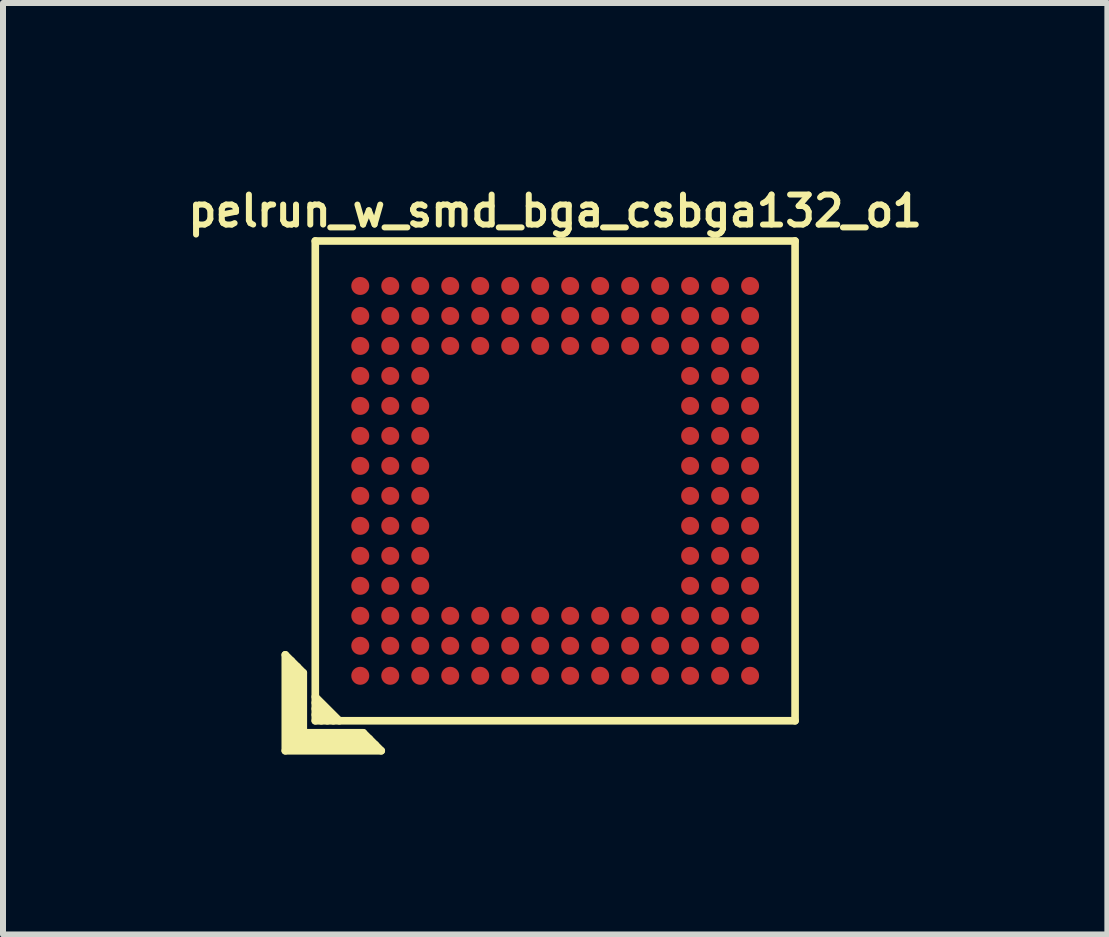
<source format=kicad_pcb>
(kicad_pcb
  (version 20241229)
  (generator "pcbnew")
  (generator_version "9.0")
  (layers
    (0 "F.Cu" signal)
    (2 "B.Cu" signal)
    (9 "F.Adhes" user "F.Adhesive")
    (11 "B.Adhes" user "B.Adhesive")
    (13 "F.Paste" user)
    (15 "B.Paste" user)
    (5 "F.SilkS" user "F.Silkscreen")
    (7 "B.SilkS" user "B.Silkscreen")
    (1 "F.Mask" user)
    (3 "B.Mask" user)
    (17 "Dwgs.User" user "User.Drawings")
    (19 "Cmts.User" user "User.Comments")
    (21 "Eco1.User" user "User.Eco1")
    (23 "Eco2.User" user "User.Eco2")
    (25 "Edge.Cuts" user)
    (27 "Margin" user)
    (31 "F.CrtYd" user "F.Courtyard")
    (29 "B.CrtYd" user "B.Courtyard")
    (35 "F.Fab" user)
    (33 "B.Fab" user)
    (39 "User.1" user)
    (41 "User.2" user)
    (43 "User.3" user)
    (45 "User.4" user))
  (footprint "pelrun_w_smd_bga_csbga132_o1"
    (layer "F.Cu")
    (at 6.207 4.968)
    (property "Reference" "pelrun_w_smd_bga_csbga132_o1" (at 0 -4.5 0) (layer "F.SilkS") (effects (font (size 0.5 0.5) (thickness 0.1))))
    (attr through_hole)
    (fp_line (start -4.5 2.9) (end -4.2 3.2) (stroke (width 0.127) (type solid)) (layer "F.SilkS"))
    (fp_line (start -4.5 4.5) (end -4.5 2.9) (stroke (width 0.127) (type solid)) (layer "F.SilkS"))
    (fp_line (start -4.4 4.4) (end -4.4 3) (stroke (width 0.127) (type solid)) (layer "F.SilkS"))
    (fp_line (start -4.3 3.1) (end -4.3 4.3) (stroke (width 0.127) (type solid)) (layer "F.SilkS"))
    (fp_line (start -4.3 4.3) (end -3.1 4.3) (stroke (width 0.127) (type solid)) (layer "F.SilkS"))
    (fp_line (start -4.2 3.2) (end -4.2 4.2) (stroke (width 0.127) (type solid)) (layer "F.SilkS"))
    (fp_line (start -4.2 4.2) (end -3.2 4.2) (stroke (width 0.127) (type solid)) (layer "F.SilkS"))
    (fp_line (start -4 -4) (end 4 -4) (stroke (width 0.127) (type solid)) (layer "F.SilkS"))
    (fp_line (start -4 3.6) (end -3.6 4) (stroke (width 0.127) (type solid)) (layer "F.SilkS"))
    (fp_line (start -4 3.7) (end -3.7 4) (stroke (width 0.127) (type solid)) (layer "F.SilkS"))
    (fp_line (start -4 4) (end -4 -4) (stroke (width 0.127) (type solid)) (layer "F.SilkS"))
    (fp_line (start -3.9 4) (end -4 3.9) (stroke (width 0.127) (type solid)) (layer "F.SilkS"))
    (fp_line (start -3.8 4) (end -4 3.8) (stroke (width 0.127) (type solid)) (layer "F.SilkS"))
    (fp_line (start -3.2 4.2) (end -2.9 4.5) (stroke (width 0.127) (type solid)) (layer "F.SilkS"))
    (fp_line (start -3 4.4) (end -4.4 4.4) (stroke (width 0.127) (type solid)) (layer "F.SilkS"))
    (fp_line (start -2.9 4.5) (end -4.5 4.5) (stroke (width 0.127) (type solid)) (layer "F.SilkS"))
    (fp_line (start 4 -4) (end 4 4) (stroke (width 0.127) (type solid)) (layer "F.SilkS"))
    (fp_line (start 4 4) (end -4 4) (stroke (width 0.127) (type solid)) (layer "F.SilkS"))
    (pad "A1" smd circle (at -3.25 3.25) (size 0.3 0.3) (layers "F.Cu" "F.Mask" "F.Paste"))
    (pad "A2" smd circle (at -3.25 2.75) (size 0.3 0.3) (layers "F.Cu" "F.Mask" "F.Paste"))
    (pad "A3" smd circle (at -3.25 2.25) (size 0.3 0.3) (layers "F.Cu" "F.Mask" "F.Paste"))
    (pad "A4" smd circle (at -3.25 1.75) (size 0.3 0.3) (layers "F.Cu" "F.Mask" "F.Paste"))
    (pad "A5" smd circle (at -3.25 1.25) (size 0.3 0.3) (layers "F.Cu" "F.Mask" "F.Paste"))
    (pad "A6" smd circle (at -3.25 0.75) (size 0.3 0.3) (layers "F.Cu" "F.Mask" "F.Paste"))
    (pad "A7" smd circle (at -3.25 0.25) (size 0.3 0.3) (layers "F.Cu" "F.Mask" "F.Paste"))
    (pad "A8" smd circle (at -3.25 -0.25) (size 0.3 0.3) (layers "F.Cu" "F.Mask" "F.Paste"))
    (pad "A9" smd circle (at -3.25 -0.75) (size 0.3 0.3) (layers "F.Cu" "F.Mask" "F.Paste"))
    (pad "A10" smd circle (at -3.25 -1.25) (size 0.3 0.3) (layers "F.Cu" "F.Mask" "F.Paste"))
    (pad "A11" smd circle (at -3.25 -1.75) (size 0.3 0.3) (layers "F.Cu" "F.Mask" "F.Paste"))
    (pad "A12" smd circle (at -3.25 -2.25) (size 0.3 0.3) (layers "F.Cu" "F.Mask" "F.Paste"))
    (pad "A13" smd circle (at -3.25 -2.75) (size 0.3 0.3) (layers "F.Cu" "F.Mask" "F.Paste"))
    (pad "A14" smd circle (at -3.25 -3.25) (size 0.3 0.3) (layers "F.Cu" "F.Mask" "F.Paste"))
    (pad "B1" smd circle (at -2.75 3.25) (size 0.3 0.3) (layers "F.Cu" "F.Mask" "F.Paste"))
    (pad "B2" smd circle (at -2.75 2.75) (size 0.3 0.3) (layers "F.Cu" "F.Mask" "F.Paste"))
    (pad "B3" smd circle (at -2.75 2.25) (size 0.3 0.3) (layers "F.Cu" "F.Mask" "F.Paste"))
    (pad "B4" smd circle (at -2.75 1.75) (size 0.3 0.3) (layers "F.Cu" "F.Mask" "F.Paste"))
    (pad "B5" smd circle (at -2.75 1.25) (size 0.3 0.3) (layers "F.Cu" "F.Mask" "F.Paste"))
    (pad "B6" smd circle (at -2.75 0.75) (size 0.3 0.3) (layers "F.Cu" "F.Mask" "F.Paste"))
    (pad "B7" smd circle (at -2.75 0.25) (size 0.3 0.3) (layers "F.Cu" "F.Mask" "F.Paste"))
    (pad "B8" smd circle (at -2.75 -0.25) (size 0.3 0.3) (layers "F.Cu" "F.Mask" "F.Paste"))
    (pad "B9" smd circle (at -2.75 -0.75) (size 0.3 0.3) (layers "F.Cu" "F.Mask" "F.Paste"))
    (pad "B10" smd circle (at -2.75 -1.25) (size 0.3 0.3) (layers "F.Cu" "F.Mask" "F.Paste"))
    (pad "B11" smd circle (at -2.75 -1.75) (size 0.3 0.3) (layers "F.Cu" "F.Mask" "F.Paste"))
    (pad "B12" smd circle (at -2.75 -2.25) (size 0.3 0.3) (layers "F.Cu" "F.Mask" "F.Paste"))
    (pad "B13" smd circle (at -2.75 -2.75) (size 0.3 0.3) (layers "F.Cu" "F.Mask" "F.Paste"))
    (pad "B14" smd circle (at -2.75 -3.25) (size 0.3 0.3) (layers "F.Cu" "F.Mask" "F.Paste"))
    (pad "C1" smd circle (at -2.25 3.25) (size 0.3 0.3) (layers "F.Cu" "F.Mask" "F.Paste"))
    (pad "C2" smd circle (at -2.25 2.75) (size 0.3 0.3) (layers "F.Cu" "F.Mask" "F.Paste"))
    (pad "C3" smd circle (at -2.25 2.25) (size 0.3 0.3) (layers "F.Cu" "F.Mask" "F.Paste"))
    (pad "C4" smd circle (at -2.25 1.75) (size 0.3 0.3) (layers "F.Cu" "F.Mask" "F.Paste"))
    (pad "C5" smd circle (at -2.25 1.25) (size 0.3 0.3) (layers "F.Cu" "F.Mask" "F.Paste"))
    (pad "C6" smd circle (at -2.25 0.75) (size 0.3 0.3) (layers "F.Cu" "F.Mask" "F.Paste"))
    (pad "C7" smd circle (at -2.25 0.25) (size 0.3 0.3) (layers "F.Cu" "F.Mask" "F.Paste"))
    (pad "C8" smd circle (at -2.25 -0.25) (size 0.3 0.3) (layers "F.Cu" "F.Mask" "F.Paste"))
    (pad "C9" smd circle (at -2.25 -0.75) (size 0.3 0.3) (layers "F.Cu" "F.Mask" "F.Paste"))
    (pad "C10" smd circle (at -2.25 -1.25) (size 0.3 0.3) (layers "F.Cu" "F.Mask" "F.Paste"))
    (pad "C11" smd circle (at -2.25 -1.75) (size 0.3 0.3) (layers "F.Cu" "F.Mask" "F.Paste"))
    (pad "C12" smd circle (at -2.25 -2.25) (size 0.3 0.3) (layers "F.Cu" "F.Mask" "F.Paste"))
    (pad "C13" smd circle (at -2.25 -2.75) (size 0.3 0.3) (layers "F.Cu" "F.Mask" "F.Paste"))
    (pad "C14" smd circle (at -2.25 -3.25) (size 0.3 0.3) (layers "F.Cu" "F.Mask" "F.Paste"))
    (pad "D1" smd circle (at -1.75 3.25) (size 0.3 0.3) (layers "F.Cu" "F.Mask" "F.Paste"))
    (pad "D2" smd circle (at -1.75 2.75) (size 0.3 0.3) (layers "F.Cu" "F.Mask" "F.Paste"))
    (pad "D3" smd circle (at -1.75 2.25) (size 0.3 0.3) (layers "F.Cu" "F.Mask" "F.Paste"))
    (pad "D12" smd circle (at -1.75 -2.25) (size 0.3 0.3) (layers "F.Cu" "F.Mask" "F.Paste"))
    (pad "D13" smd circle (at -1.75 -2.75) (size 0.3 0.3) (layers "F.Cu" "F.Mask" "F.Paste"))
    (pad "D14" smd circle (at -1.75 -3.25) (size 0.3 0.3) (layers "F.Cu" "F.Mask" "F.Paste"))
    (pad "E1" smd circle (at -1.25 3.25) (size 0.3 0.3) (layers "F.Cu" "F.Mask" "F.Paste"))
    (pad "E2" smd circle (at -1.25 2.75) (size 0.3 0.3) (layers "F.Cu" "F.Mask" "F.Paste"))
    (pad "E3" smd circle (at -1.25 2.25) (size 0.3 0.3) (layers "F.Cu" "F.Mask" "F.Paste"))
    (pad "E12" smd circle (at -1.25 -2.25) (size 0.3 0.3) (layers "F.Cu" "F.Mask" "F.Paste"))
    (pad "E13" smd circle (at -1.25 -2.75) (size 0.3 0.3) (layers "F.Cu" "F.Mask" "F.Paste"))
    (pad "E14" smd circle (at -1.25 -3.25) (size 0.3 0.3) (layers "F.Cu" "F.Mask" "F.Paste"))
    (pad "F1" smd circle (at -0.75 3.25) (size 0.3 0.3) (layers "F.Cu" "F.Mask" "F.Paste"))
    (pad "F2" smd circle (at -0.75 2.75) (size 0.3 0.3) (layers "F.Cu" "F.Mask" "F.Paste"))
    (pad "F3" smd circle (at -0.75 2.25) (size 0.3 0.3) (layers "F.Cu" "F.Mask" "F.Paste"))
    (pad "F12" smd circle (at -0.75 -2.25) (size 0.3 0.3) (layers "F.Cu" "F.Mask" "F.Paste"))
    (pad "F13" smd circle (at -0.75 -2.75) (size 0.3 0.3) (layers "F.Cu" "F.Mask" "F.Paste"))
    (pad "F14" smd circle (at -0.75 -3.25) (size 0.3 0.3) (layers "F.Cu" "F.Mask" "F.Paste"))
    (pad "G1" smd circle (at -0.25 3.25) (size 0.3 0.3) (layers "F.Cu" "F.Mask" "F.Paste"))
    (pad "G2" smd circle (at -0.25 2.75) (size 0.3 0.3) (layers "F.Cu" "F.Mask" "F.Paste"))
    (pad "G3" smd circle (at -0.25 2.25) (size 0.3 0.3) (layers "F.Cu" "F.Mask" "F.Paste"))
    (pad "G12" smd circle (at -0.25 -2.25) (size 0.3 0.3) (layers "F.Cu" "F.Mask" "F.Paste"))
    (pad "G13" smd circle (at -0.25 -2.75) (size 0.3 0.3) (layers "F.Cu" "F.Mask" "F.Paste"))
    (pad "G14" smd circle (at -0.25 -3.25) (size 0.3 0.3) (layers "F.Cu" "F.Mask" "F.Paste"))
    (pad "H1" smd circle (at 0.25 3.25) (size 0.3 0.3) (layers "F.Cu" "F.Mask" "F.Paste"))
    (pad "H2" smd circle (at 0.25 2.75) (size 0.3 0.3) (layers "F.Cu" "F.Mask" "F.Paste"))
    (pad "H3" smd circle (at 0.25 2.25) (size 0.3 0.3) (layers "F.Cu" "F.Mask" "F.Paste"))
    (pad "H12" smd circle (at 0.25 -2.25) (size 0.3 0.3) (layers "F.Cu" "F.Mask" "F.Paste"))
    (pad "H13" smd circle (at 0.25 -2.75) (size 0.3 0.3) (layers "F.Cu" "F.Mask" "F.Paste"))
    (pad "H14" smd circle (at 0.25 -3.25) (size 0.3 0.3) (layers "F.Cu" "F.Mask" "F.Paste"))
    (pad "J1" smd circle (at 0.75 3.25) (size 0.3 0.3) (layers "F.Cu" "F.Mask" "F.Paste"))
    (pad "J2" smd circle (at 0.75 2.75) (size 0.3 0.3) (layers "F.Cu" "F.Mask" "F.Paste"))
    (pad "J3" smd circle (at 0.75 2.25) (size 0.3 0.3) (layers "F.Cu" "F.Mask" "F.Paste"))
    (pad "J12" smd circle (at 0.75 -2.25) (size 0.3 0.3) (layers "F.Cu" "F.Mask" "F.Paste"))
    (pad "J13" smd circle (at 0.75 -2.75) (size 0.3 0.3) (layers "F.Cu" "F.Mask" "F.Paste"))
    (pad "J14" smd circle (at 0.75 -3.25) (size 0.3 0.3) (layers "F.Cu" "F.Mask" "F.Paste"))
    (pad "K1" smd circle (at 1.25 3.25) (size 0.3 0.3) (layers "F.Cu" "F.Mask" "F.Paste"))
    (pad "K2" smd circle (at 1.25 2.75) (size 0.3 0.3) (layers "F.Cu" "F.Mask" "F.Paste"))
    (pad "K3" smd circle (at 1.25 2.25) (size 0.3 0.3) (layers "F.Cu" "F.Mask" "F.Paste"))
    (pad "K12" smd circle (at 1.25 -2.25) (size 0.3 0.3) (layers "F.Cu" "F.Mask" "F.Paste"))
    (pad "K13" smd circle (at 1.25 -2.75) (size 0.3 0.3) (layers "F.Cu" "F.Mask" "F.Paste"))
    (pad "K14" smd circle (at 1.25 -3.25) (size 0.3 0.3) (layers "F.Cu" "F.Mask" "F.Paste"))
    (pad "L1" smd circle (at 1.75 3.25) (size 0.3 0.3) (layers "F.Cu" "F.Mask" "F.Paste"))
    (pad "L2" smd circle (at 1.75 2.75) (size 0.3 0.3) (layers "F.Cu" "F.Mask" "F.Paste"))
    (pad "L3" smd circle (at 1.75 2.25) (size 0.3 0.3) (layers "F.Cu" "F.Mask" "F.Paste"))
    (pad "L12" smd circle (at 1.75 -2.25) (size 0.3 0.3) (layers "F.Cu" "F.Mask" "F.Paste"))
    (pad "L13" smd circle (at 1.75 -2.75) (size 0.3 0.3) (layers "F.Cu" "F.Mask" "F.Paste"))
    (pad "L14" smd circle (at 1.75 -3.25) (size 0.3 0.3) (layers "F.Cu" "F.Mask" "F.Paste"))
    (pad "M1" smd circle (at 2.25 3.25) (size 0.3 0.3) (layers "F.Cu" "F.Mask" "F.Paste"))
    (pad "M2" smd circle (at 2.25 2.75) (size 0.3 0.3) (layers "F.Cu" "F.Mask" "F.Paste"))
    (pad "M3" smd circle (at 2.25 2.25) (size 0.3 0.3) (layers "F.Cu" "F.Mask" "F.Paste"))
    (pad "M4" smd circle (at 2.25 1.75) (size 0.3 0.3) (layers "F.Cu" "F.Mask" "F.Paste"))
    (pad "M5" smd circle (at 2.25 1.25) (size 0.3 0.3) (layers "F.Cu" "F.Mask" "F.Paste"))
    (pad "M6" smd circle (at 2.25 0.75) (size 0.3 0.3) (layers "F.Cu" "F.Mask" "F.Paste"))
    (pad "M7" smd circle (at 2.25 0.25) (size 0.3 0.3) (layers "F.Cu" "F.Mask" "F.Paste"))
    (pad "M8" smd circle (at 2.25 -0.25) (size 0.3 0.3) (layers "F.Cu" "F.Mask" "F.Paste"))
    (pad "M9" smd circle (at 2.25 -0.75) (size 0.3 0.3) (layers "F.Cu" "F.Mask" "F.Paste"))
    (pad "M10" smd circle (at 2.25 -1.25) (size 0.3 0.3) (layers "F.Cu" "F.Mask" "F.Paste"))
    (pad "M11" smd circle (at 2.25 -1.75) (size 0.3 0.3) (layers "F.Cu" "F.Mask" "F.Paste"))
    (pad "M12" smd circle (at 2.25 -2.25) (size 0.3 0.3) (layers "F.Cu" "F.Mask" "F.Paste"))
    (pad "M13" smd circle (at 2.25 -2.75) (size 0.3 0.3) (layers "F.Cu" "F.Mask" "F.Paste"))
    (pad "M14" smd circle (at 2.25 -3.25) (size 0.3 0.3) (layers "F.Cu" "F.Mask" "F.Paste"))
    (pad "N1" smd circle (at 2.75 3.25) (size 0.3 0.3) (layers "F.Cu" "F.Mask" "F.Paste"))
    (pad "N2" smd circle (at 2.75 2.75) (size 0.3 0.3) (layers "F.Cu" "F.Mask" "F.Paste"))
    (pad "N3" smd circle (at 2.75 2.25) (size 0.3 0.3) (layers "F.Cu" "F.Mask" "F.Paste"))
    (pad "N4" smd circle (at 2.75 1.75) (size 0.3 0.3) (layers "F.Cu" "F.Mask" "F.Paste"))
    (pad "N5" smd circle (at 2.75 1.25) (size 0.3 0.3) (layers "F.Cu" "F.Mask" "F.Paste"))
    (pad "N6" smd circle (at 2.75 0.75) (size 0.3 0.3) (layers "F.Cu" "F.Mask" "F.Paste"))
    (pad "N7" smd circle (at 2.75 0.25) (size 0.3 0.3) (layers "F.Cu" "F.Mask" "F.Paste"))
    (pad "N8" smd circle (at 2.75 -0.25) (size 0.3 0.3) (layers "F.Cu" "F.Mask" "F.Paste"))
    (pad "N9" smd circle (at 2.75 -0.75) (size 0.3 0.3) (layers "F.Cu" "F.Mask" "F.Paste"))
    (pad "N10" smd circle (at 2.75 -1.25) (size 0.3 0.3) (layers "F.Cu" "F.Mask" "F.Paste"))
    (pad "N11" smd circle (at 2.75 -1.75) (size 0.3 0.3) (layers "F.Cu" "F.Mask" "F.Paste"))
    (pad "N12" smd circle (at 2.75 -2.25) (size 0.3 0.3) (layers "F.Cu" "F.Mask" "F.Paste"))
    (pad "N13" smd circle (at 2.75 -2.75) (size 0.3 0.3) (layers "F.Cu" "F.Mask" "F.Paste"))
    (pad "N14" smd circle (at 2.75 -3.25) (size 0.3 0.3) (layers "F.Cu" "F.Mask" "F.Paste"))
    (pad "P1" smd circle (at 3.25 3.25) (size 0.3 0.3) (layers "F.Cu" "F.Mask" "F.Paste"))
    (pad "P2" smd circle (at 3.25 2.75) (size 0.3 0.3) (layers "F.Cu" "F.Mask" "F.Paste"))
    (pad "P3" smd circle (at 3.25 2.25) (size 0.3 0.3) (layers "F.Cu" "F.Mask" "F.Paste"))
    (pad "P4" smd circle (at 3.25 1.75) (size 0.3 0.3) (layers "F.Cu" "F.Mask" "F.Paste"))
    (pad "P5" smd circle (at 3.25 1.25) (size 0.3 0.3) (layers "F.Cu" "F.Mask" "F.Paste"))
    (pad "P6" smd circle (at 3.25 0.75) (size 0.3 0.3) (layers "F.Cu" "F.Mask" "F.Paste"))
    (pad "P7" smd circle (at 3.25 0.25) (size 0.3 0.3) (layers "F.Cu" "F.Mask" "F.Paste"))
    (pad "P8" smd circle (at 3.25 -0.25) (size 0.3 0.3) (layers "F.Cu" "F.Mask" "F.Paste"))
    (pad "P9" smd circle (at 3.25 -0.75) (size 0.3 0.3) (layers "F.Cu" "F.Mask" "F.Paste"))
    (pad "P10" smd circle (at 3.25 -1.25) (size 0.3 0.3) (layers "F.Cu" "F.Mask" "F.Paste"))
    (pad "P11" smd circle (at 3.25 -1.75) (size 0.3 0.3) (layers "F.Cu" "F.Mask" "F.Paste"))
    (pad "P12" smd circle (at 3.25 -2.25) (size 0.3 0.3) (layers "F.Cu" "F.Mask" "F.Paste"))
    (pad "P13" smd circle (at 3.25 -2.75) (size 0.3 0.3) (layers "F.Cu" "F.Mask" "F.Paste"))
    (pad "P14" smd circle (at 3.25 -3.25) (size 0.3 0.3) (layers "F.Cu" "F.Mask" "F.Paste")))
  (gr_rect
    (start -3 -3)
    (end 15.414 12.531)
    (stroke (width 0.1) (type default))
    (fill no)
    (layer "Edge.Cuts")))
</source>
